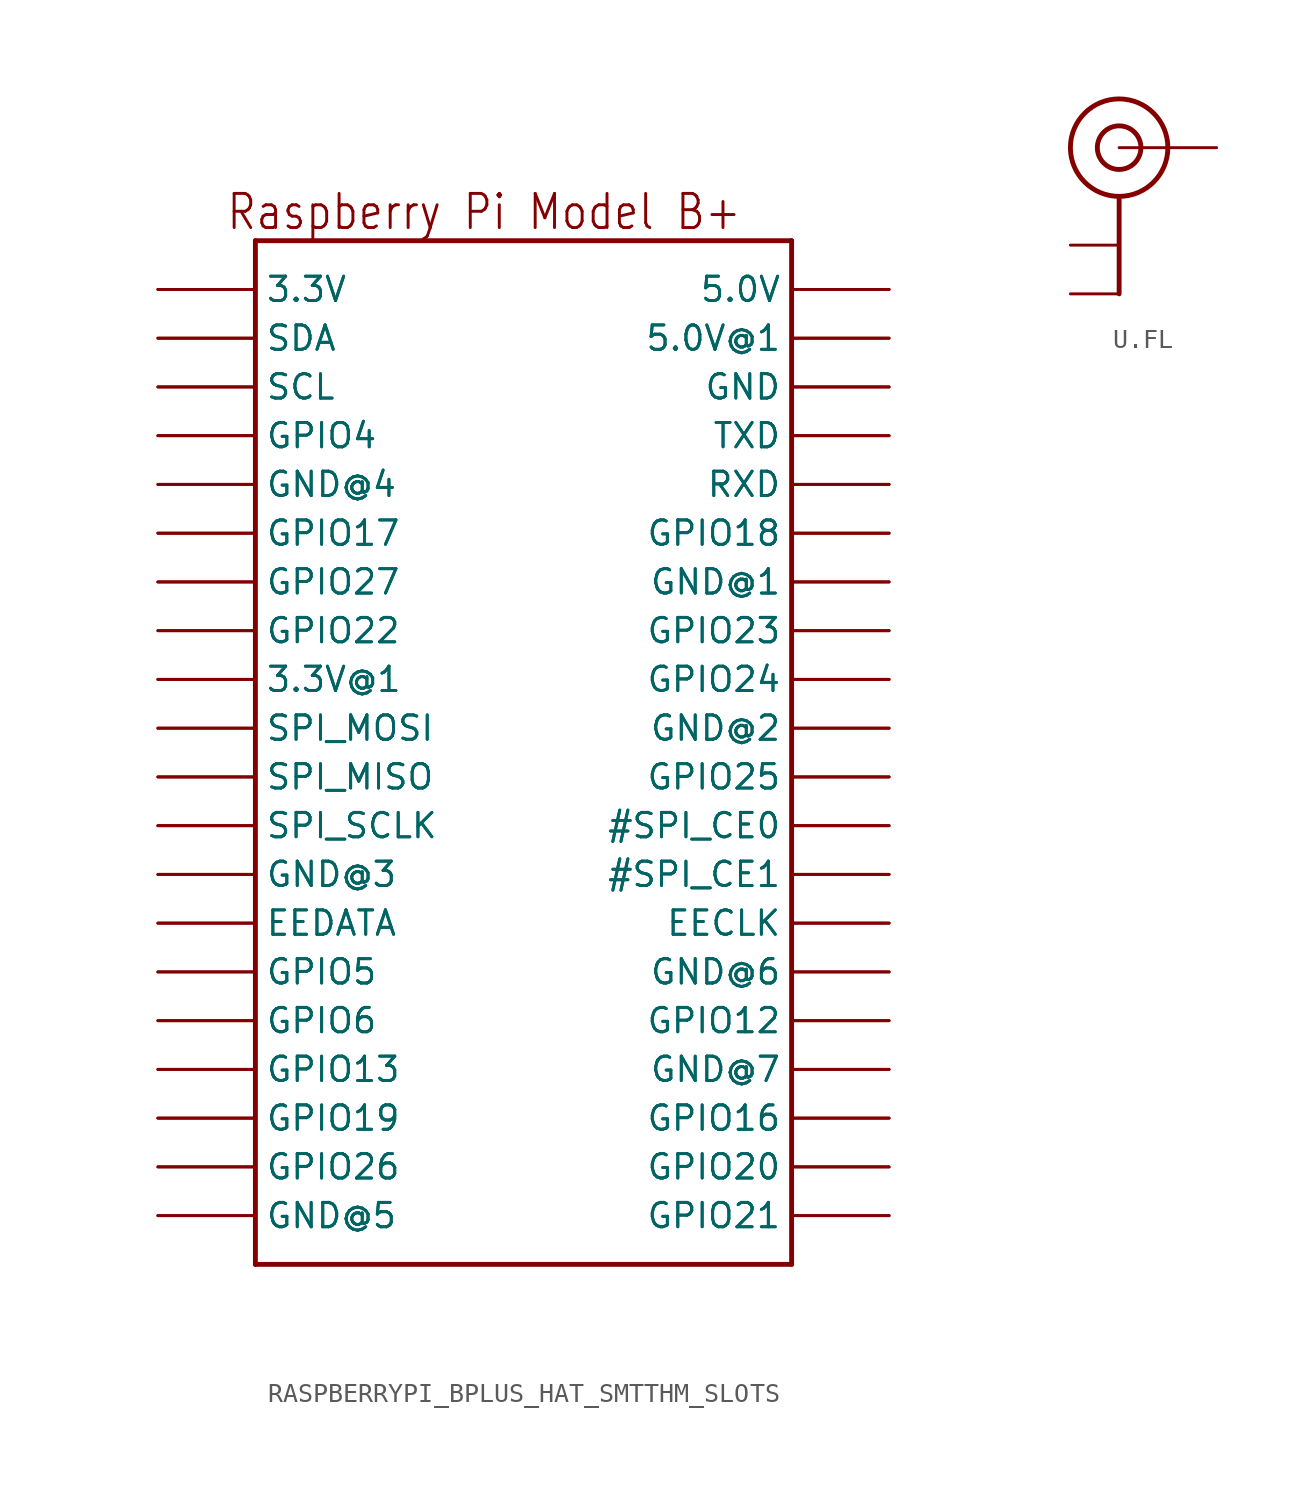
<source format=kicad_sym>
(kicad_symbol_lib
  (version 20220914)
  (generator kicad_symbol_editor)
  (symbol "RASPBERRYPI_BPLUS_HAT_SMTTHM_SLOTS"
    (property "Reference" "RPI"
      (at 0 0 0)
      (effects (font (size 1.27 1.27)) hide))
    (property "ki_locked" ""
      (at 0 0 0)
      (effects (font (size 1.27 1.27))))
    (symbol "RASPBERRYPI_BPLUS_HAT_SMTTHM_SLOTS_1_0"
      (polyline (pts (xy -12.7 -30.48) (xy -12.7 22.86)) (stroke (width 0.254) (type solid)) (fill (type none)))
      (polyline (pts (xy -12.7 22.86) (xy 15.24 22.86)) (stroke (width 0.254) (type solid)) (fill (type none)))
      (polyline (pts (xy 15.24 -30.48) (xy -12.7 -30.48)) (stroke (width 0.254) (type solid)) (fill (type none)))
      (polyline (pts (xy 15.24 22.86) (xy 15.24 -30.48)) (stroke (width 0.254) (type solid)) (fill (type none)))
      (text "Raspberry Pi Model B+" (at 12.7 25.4 0) (effects (font (size 1.778 1.511)) (justify right top)))
      (pin power_in line (at -17.78 20.32 0) (length 5.08) (name "3.3V" (effects (font (size 1.27 1.27)))) (number "1" (effects (font (size 0 0)))))
      (pin bidirectional line (at 20.32 10.16 180) (length 5.08) (name "RXD" (effects (font (size 1.27 1.27)))) (number "10" (effects (font (size 0 0)))))
      (pin bidirectional line (at -17.78 7.62 0) (length 5.08) (name "GPIO17" (effects (font (size 1.27 1.27)))) (number "11" (effects (font (size 0 0)))))
      (pin bidirectional line (at 20.32 7.62 180) (length 5.08) (name "GPIO18" (effects (font (size 1.27 1.27)))) (number "12" (effects (font (size 0 0)))))
      (pin bidirectional line (at -17.78 5.08 0) (length 5.08) (name "GPIO27" (effects (font (size 1.27 1.27)))) (number "13" (effects (font (size 0 0)))))
      (pin power_in line (at 20.32 5.08 180) (length 5.08) (name "GND@1" (effects (font (size 1.27 1.27)))) (number "14" (effects (font (size 0 0)))))
      (pin bidirectional line (at -17.78 2.54 0) (length 5.08) (name "GPIO22" (effects (font (size 1.27 1.27)))) (number "15" (effects (font (size 0 0)))))
      (pin bidirectional line (at 20.32 2.54 180) (length 5.08) (name "GPIO23" (effects (font (size 1.27 1.27)))) (number "16" (effects (font (size 0 0)))))
      (pin power_in line (at -17.78 0 0) (length 5.08) (name "3.3V@1" (effects (font (size 1.27 1.27)))) (number "17" (effects (font (size 0 0)))))
      (pin bidirectional line (at 20.32 0 180) (length 5.08) (name "GPIO24" (effects (font (size 1.27 1.27)))) (number "18" (effects (font (size 0 0)))))
      (pin bidirectional line (at -17.78 -2.54 0) (length 5.08) (name "SPI_MOSI" (effects (font (size 1.27 1.27)))) (number "19" (effects (font (size 0 0)))))
      (pin power_in line (at 20.32 20.32 180) (length 5.08) (name "5.0V" (effects (font (size 1.27 1.27)))) (number "2" (effects (font (size 0 0)))))
      (pin power_in line (at 20.32 -2.54 180) (length 5.08) (name "GND@2" (effects (font (size 1.27 1.27)))) (number "20" (effects (font (size 0 0)))))
      (pin bidirectional line (at -17.78 -5.08 0) (length 5.08) (name "SPI_MISO" (effects (font (size 1.27 1.27)))) (number "21" (effects (font (size 0 0)))))
      (pin bidirectional line (at 20.32 -5.08 180) (length 5.08) (name "GPIO25" (effects (font (size 1.27 1.27)))) (number "22" (effects (font (size 0 0)))))
      (pin bidirectional line (at -17.78 -7.62 0) (length 5.08) (name "SPI_SCLK" (effects (font (size 1.27 1.27)))) (number "23" (effects (font (size 0 0)))))
      (pin bidirectional line (at 20.32 -7.62 180) (length 5.08) (name "#SPI_CE0" (effects (font (size 1.27 1.27)))) (number "24" (effects (font (size 0 0)))))
      (pin power_in line (at -17.78 -10.16 0) (length 5.08) (name "GND@3" (effects (font (size 1.27 1.27)))) (number "25" (effects (font (size 0 0)))))
      (pin bidirectional line (at 20.32 -10.16 180) (length 5.08) (name "#SPI_CE1" (effects (font (size 1.27 1.27)))) (number "26" (effects (font (size 0 0)))))
      (pin bidirectional line (at -17.78 -12.7 0) (length 5.08) (name "EEDATA" (effects (font (size 1.27 1.27)))) (number "27" (effects (font (size 0 0)))))
      (pin bidirectional line (at 20.32 -12.7 180) (length 5.08) (name "EECLK" (effects (font (size 1.27 1.27)))) (number "28" (effects (font (size 0 0)))))
      (pin bidirectional line (at -17.78 -15.24 0) (length 5.08) (name "GPIO5" (effects (font (size 1.27 1.27)))) (number "29" (effects (font (size 0 0)))))
      (pin bidirectional line (at -17.78 17.78 0) (length 5.08) (name "SDA" (effects (font (size 1.27 1.27)))) (number "3" (effects (font (size 0 0)))))
      (pin power_in line (at 20.32 -15.24 180) (length 5.08) (name "GND@6" (effects (font (size 1.27 1.27)))) (number "30" (effects (font (size 0 0)))))
      (pin bidirectional line (at -17.78 -17.78 0) (length 5.08) (name "GPIO6" (effects (font (size 1.27 1.27)))) (number "31" (effects (font (size 0 0)))))
      (pin bidirectional line (at 20.32 -17.78 180) (length 5.08) (name "GPIO12" (effects (font (size 1.27 1.27)))) (number "32" (effects (font (size 0 0)))))
      (pin bidirectional line (at -17.78 -20.32 0) (length 5.08) (name "GPIO13" (effects (font (size 1.27 1.27)))) (number "33" (effects (font (size 0 0)))))
      (pin power_in line (at 20.32 -20.32 180) (length 5.08) (name "GND@7" (effects (font (size 1.27 1.27)))) (number "34" (effects (font (size 0 0)))))
      (pin bidirectional line (at -17.78 -22.86 0) (length 5.08) (name "GPIO19" (effects (font (size 1.27 1.27)))) (number "35" (effects (font (size 0 0)))))
      (pin bidirectional line (at 20.32 -22.86 180) (length 5.08) (name "GPIO16" (effects (font (size 1.27 1.27)))) (number "36" (effects (font (size 0 0)))))
      (pin bidirectional line (at -17.78 -25.4 0) (length 5.08) (name "GPIO26" (effects (font (size 1.27 1.27)))) (number "37" (effects (font (size 0 0)))))
      (pin bidirectional line (at 20.32 -25.4 180) (length 5.08) (name "GPIO20" (effects (font (size 1.27 1.27)))) (number "38" (effects (font (size 0 0)))))
      (pin power_in line (at -17.78 -27.94 0) (length 5.08) (name "GND@5" (effects (font (size 1.27 1.27)))) (number "39" (effects (font (size 0 0)))))
      (pin power_in line (at 20.32 17.78 180) (length 5.08) (name "5.0V@1" (effects (font (size 1.27 1.27)))) (number "4" (effects (font (size 0 0)))))
      (pin bidirectional line (at 20.32 -27.94 180) (length 5.08) (name "GPIO21" (effects (font (size 1.27 1.27)))) (number "40" (effects (font (size 0 0)))))
      (pin bidirectional line (at -17.78 15.24 0) (length 5.08) (name "SCL" (effects (font (size 1.27 1.27)))) (number "5" (effects (font (size 0 0)))))
      (pin power_in line (at 20.32 15.24 180) (length 5.08) (name "GND" (effects (font (size 1.27 1.27)))) (number "6" (effects (font (size 0 0)))))
      (pin bidirectional line (at -17.78 12.7 0) (length 5.08) (name "GPIO4" (effects (font (size 1.27 1.27)))) (number "7" (effects (font (size 0 0)))))
      (pin bidirectional line (at 20.32 12.7 180) (length 5.08) (name "TXD" (effects (font (size 1.27 1.27)))) (number "8" (effects (font (size 0 0)))))
      (pin power_in line (at -17.78 10.16 0) (length 5.08) (name "GND@4" (effects (font (size 1.27 1.27)))) (number "9" (effects (font (size 0 0)))))
      (pin power_in line (at -17.78 20.32 0) (length 5.08) (name "3.3V" (effects (font (size 1.27 1.27)))) (number "S1" (effects (font (size 0 0)))))
      (pin bidirectional line (at 20.32 10.16 180) (length 5.08) (name "RXD" (effects (font (size 1.27 1.27)))) (number "S10" (effects (font (size 0 0)))))
      (pin bidirectional line (at -17.78 7.62 0) (length 5.08) (name "GPIO17" (effects (font (size 1.27 1.27)))) (number "S11" (effects (font (size 0 0)))))
      (pin bidirectional line (at 20.32 7.62 180) (length 5.08) (name "GPIO18" (effects (font (size 1.27 1.27)))) (number "S12" (effects (font (size 0 0)))))
      (pin bidirectional line (at -17.78 5.08 0) (length 5.08) (name "GPIO27" (effects (font (size 1.27 1.27)))) (number "S13" (effects (font (size 0 0)))))
      (pin power_in line (at 20.32 5.08 180) (length 5.08) (name "GND@1" (effects (font (size 1.27 1.27)))) (number "S14" (effects (font (size 0 0)))))
      (pin bidirectional line (at -17.78 2.54 0) (length 5.08) (name "GPIO22" (effects (font (size 1.27 1.27)))) (number "S15" (effects (font (size 0 0)))))
      (pin bidirectional line (at 20.32 2.54 180) (length 5.08) (name "GPIO23" (effects (font (size 1.27 1.27)))) (number "S16" (effects (font (size 0 0)))))
      (pin power_in line (at -17.78 0 0) (length 5.08) (name "3.3V@1" (effects (font (size 1.27 1.27)))) (number "S17" (effects (font (size 0 0)))))
      (pin bidirectional line (at 20.32 0 180) (length 5.08) (name "GPIO24" (effects (font (size 1.27 1.27)))) (number "S18" (effects (font (size 0 0)))))
      (pin bidirectional line (at -17.78 -2.54 0) (length 5.08) (name "SPI_MOSI" (effects (font (size 1.27 1.27)))) (number "S19" (effects (font (size 0 0)))))
      (pin power_in line (at 20.32 20.32 180) (length 5.08) (name "5.0V" (effects (font (size 1.27 1.27)))) (number "S2" (effects (font (size 0 0)))))
      (pin power_in line (at 20.32 -2.54 180) (length 5.08) (name "GND@2" (effects (font (size 1.27 1.27)))) (number "S20" (effects (font (size 0 0)))))
      (pin bidirectional line (at -17.78 -5.08 0) (length 5.08) (name "SPI_MISO" (effects (font (size 1.27 1.27)))) (number "S21" (effects (font (size 0 0)))))
      (pin bidirectional line (at 20.32 -5.08 180) (length 5.08) (name "GPIO25" (effects (font (size 1.27 1.27)))) (number "S22" (effects (font (size 0 0)))))
      (pin bidirectional line (at -17.78 -7.62 0) (length 5.08) (name "SPI_SCLK" (effects (font (size 1.27 1.27)))) (number "S23" (effects (font (size 0 0)))))
      (pin bidirectional line (at 20.32 -7.62 180) (length 5.08) (name "#SPI_CE0" (effects (font (size 1.27 1.27)))) (number "S24" (effects (font (size 0 0)))))
      (pin power_in line (at -17.78 -10.16 0) (length 5.08) (name "GND@3" (effects (font (size 1.27 1.27)))) (number "S25" (effects (font (size 0 0)))))
      (pin bidirectional line (at 20.32 -10.16 180) (length 5.08) (name "#SPI_CE1" (effects (font (size 1.27 1.27)))) (number "S26" (effects (font (size 0 0)))))
      (pin bidirectional line (at -17.78 -12.7 0) (length 5.08) (name "EEDATA" (effects (font (size 1.27 1.27)))) (number "S27" (effects (font (size 0 0)))))
      (pin bidirectional line (at 20.32 -12.7 180) (length 5.08) (name "EECLK" (effects (font (size 1.27 1.27)))) (number "S28" (effects (font (size 0 0)))))
      (pin bidirectional line (at -17.78 -15.24 0) (length 5.08) (name "GPIO5" (effects (font (size 1.27 1.27)))) (number "S29" (effects (font (size 0 0)))))
      (pin bidirectional line (at -17.78 17.78 0) (length 5.08) (name "SDA" (effects (font (size 1.27 1.27)))) (number "S3" (effects (font (size 0 0)))))
      (pin power_in line (at 20.32 -15.24 180) (length 5.08) (name "GND@6" (effects (font (size 1.27 1.27)))) (number "S30" (effects (font (size 0 0)))))
      (pin bidirectional line (at -17.78 -17.78 0) (length 5.08) (name "GPIO6" (effects (font (size 1.27 1.27)))) (number "S31" (effects (font (size 0 0)))))
      (pin bidirectional line (at 20.32 -17.78 180) (length 5.08) (name "GPIO12" (effects (font (size 1.27 1.27)))) (number "S32" (effects (font (size 0 0)))))
      (pin bidirectional line (at -17.78 -20.32 0) (length 5.08) (name "GPIO13" (effects (font (size 1.27 1.27)))) (number "S33" (effects (font (size 0 0)))))
      (pin power_in line (at 20.32 -20.32 180) (length 5.08) (name "GND@7" (effects (font (size 1.27 1.27)))) (number "S34" (effects (font (size 0 0)))))
      (pin bidirectional line (at -17.78 -22.86 0) (length 5.08) (name "GPIO19" (effects (font (size 1.27 1.27)))) (number "S35" (effects (font (size 0 0)))))
      (pin bidirectional line (at 20.32 -22.86 180) (length 5.08) (name "GPIO16" (effects (font (size 1.27 1.27)))) (number "S36" (effects (font (size 0 0)))))
      (pin bidirectional line (at -17.78 -25.4 0) (length 5.08) (name "GPIO26" (effects (font (size 1.27 1.27)))) (number "S37" (effects (font (size 0 0)))))
      (pin bidirectional line (at 20.32 -25.4 180) (length 5.08) (name "GPIO20" (effects (font (size 1.27 1.27)))) (number "S38" (effects (font (size 0 0)))))
      (pin power_in line (at -17.78 -27.94 0) (length 5.08) (name "GND@5" (effects (font (size 1.27 1.27)))) (number "S39" (effects (font (size 0 0)))))
      (pin power_in line (at 20.32 17.78 180) (length 5.08) (name "5.0V@1" (effects (font (size 1.27 1.27)))) (number "S4" (effects (font (size 0 0)))))
      (pin bidirectional line (at 20.32 -27.94 180) (length 5.08) (name "GPIO21" (effects (font (size 1.27 1.27)))) (number "S40" (effects (font (size 0 0)))))
      (pin bidirectional line (at -17.78 15.24 0) (length 5.08) (name "SCL" (effects (font (size 1.27 1.27)))) (number "S5" (effects (font (size 0 0)))))
      (pin power_in line (at 20.32 15.24 180) (length 5.08) (name "GND" (effects (font (size 1.27 1.27)))) (number "S6" (effects (font (size 0 0)))))
      (pin bidirectional line (at -17.78 12.7 0) (length 5.08) (name "GPIO4" (effects (font (size 1.27 1.27)))) (number "S7" (effects (font (size 0 0)))))
      (pin bidirectional line (at 20.32 12.7 180) (length 5.08) (name "TXD" (effects (font (size 1.27 1.27)))) (number "S8" (effects (font (size 0 0)))))
      (pin power_in line (at -17.78 10.16 0) (length 5.08) (name "GND@4" (effects (font (size 1.27 1.27)))) (number "S9" (effects (font (size 0 0)))))))
  (symbol "U.FL"
    (property "Reference" ""
      (at 0 0 0)
      (effects (font (size 1.27 1.27)) hide))
    (property "ki_locked" ""
      (at 0 0 0)
      (effects (font (size 1.27 1.27))))
    (symbol "U.FL_1_0"
      (polyline (pts (xy 0 -2.54) (xy 0 -7.62)) (stroke (width 0.254) (type solid)) (fill (type none)))
      (circle (center 0 0) (radius 1.136) (stroke (width 0.254) (type solid)) (fill (type none)))
      (circle (center 0 0) (radius 2.54) (stroke (width 0.254) (type solid)) (fill (type none)))
      (pin bidirectional line (at -2.54 -5.08 0) (length 2.54) (name "GND@0" (effects (font (size 0 0)))) (number "P$1" (effects (font (size 0 0)))))
      (pin bidirectional line (at -2.54 -7.62 0) (length 2.54) (name "GND@1" (effects (font (size 0 0)))) (number "P$2" (effects (font (size 0 0)))))
      (pin bidirectional line (at 5.08 0 180) (length 5.08) (name "SIGNAL" (effects (font (size 0 0)))) (number "P$3" (effects (font (size 0 0))))))))
</source>
